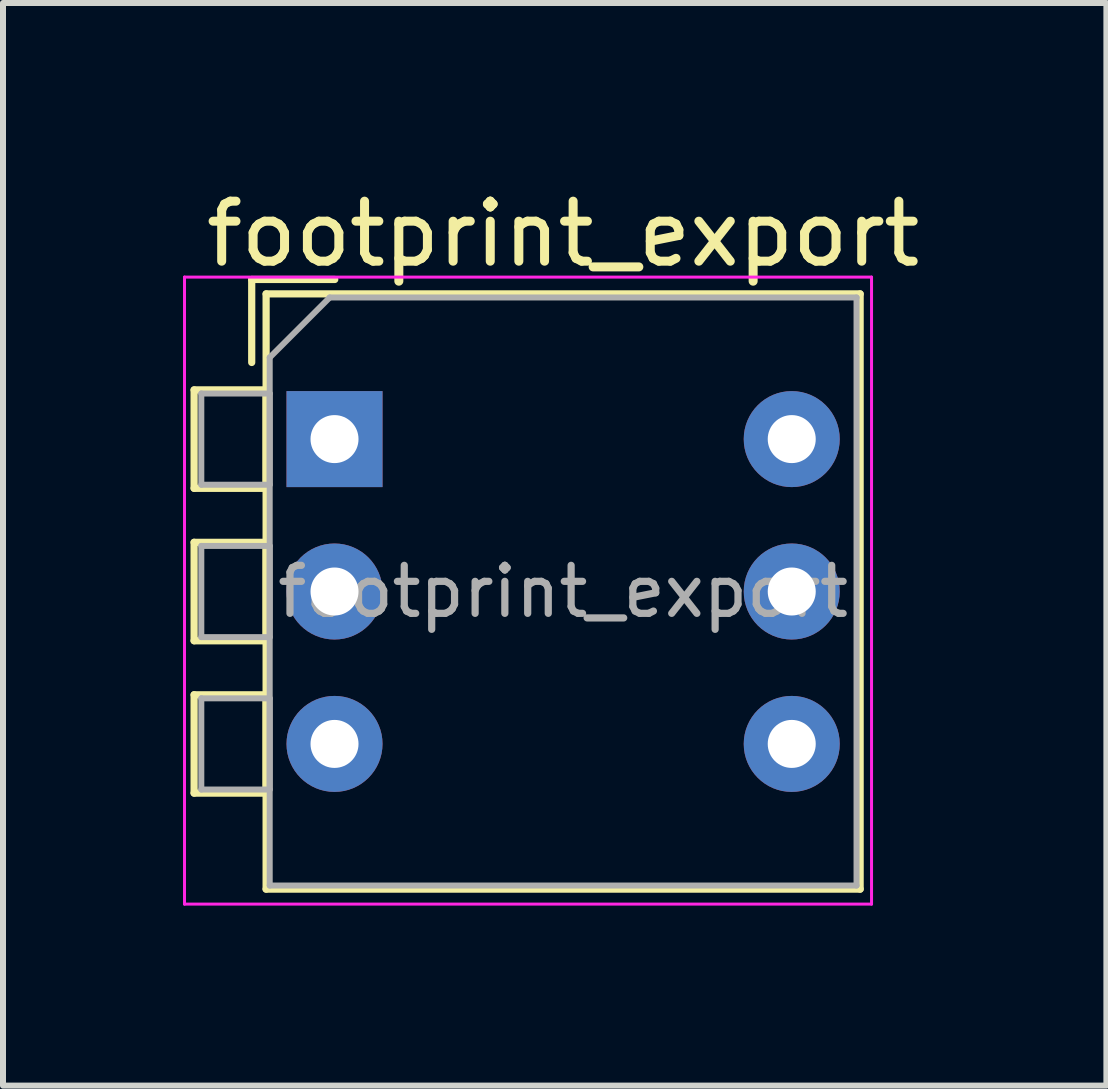
<source format=kicad_pcb>
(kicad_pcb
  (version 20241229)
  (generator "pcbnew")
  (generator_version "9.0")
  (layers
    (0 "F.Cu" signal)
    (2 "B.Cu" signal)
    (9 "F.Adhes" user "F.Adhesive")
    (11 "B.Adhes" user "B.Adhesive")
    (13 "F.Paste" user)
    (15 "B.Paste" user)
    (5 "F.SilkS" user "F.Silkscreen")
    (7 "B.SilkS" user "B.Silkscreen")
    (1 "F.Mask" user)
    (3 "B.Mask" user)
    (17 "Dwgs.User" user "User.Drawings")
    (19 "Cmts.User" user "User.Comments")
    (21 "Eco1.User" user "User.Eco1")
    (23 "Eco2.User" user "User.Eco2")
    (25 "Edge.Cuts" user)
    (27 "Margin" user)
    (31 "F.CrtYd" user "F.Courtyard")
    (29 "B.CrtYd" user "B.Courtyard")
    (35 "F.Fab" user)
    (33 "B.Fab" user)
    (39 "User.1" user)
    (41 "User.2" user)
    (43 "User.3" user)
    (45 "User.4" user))
  (footprint "footprint_export"
    (layer "F.Cu")
    (at 2.525 4.268)
    (property "Reference" "footprint_export" (at 3.81 -3.42 0) (layer "F.SilkS") (effects (font (size 1 1) (thickness 0.15))))
    (attr through_hole)
    (fp_line (start -2.34 -0.82) (end -2.34 0.82) (stroke (width 0.12) (type solid)) (layer "F.SilkS"))
    (fp_line (start -2.34 -0.82) (end -1.14 -0.82) (stroke (width 0.12) (type solid)) (layer "F.SilkS"))
    (fp_line (start -2.34 0.82) (end -1.14 0.82) (stroke (width 0.12) (type solid)) (layer "F.SilkS"))
    (fp_line (start -2.34 1.72) (end -2.34 3.361) (stroke (width 0.12) (type solid)) (layer "F.SilkS"))
    (fp_line (start -2.34 1.72) (end -1.14 1.72) (stroke (width 0.12) (type solid)) (layer "F.SilkS"))
    (fp_line (start -2.34 3.361) (end -1.14 3.361) (stroke (width 0.12) (type solid)) (layer "F.SilkS"))
    (fp_line (start -2.34 4.261) (end -2.34 5.9) (stroke (width 0.12) (type solid)) (layer "F.SilkS"))
    (fp_line (start -2.34 4.261) (end -1.14 4.261) (stroke (width 0.12) (type solid)) (layer "F.SilkS"))
    (fp_line (start -2.34 5.9) (end -1.14 5.9) (stroke (width 0.12) (type solid)) (layer "F.SilkS"))
    (fp_line (start -1.38 -2.66) (end -1.38 -1.277) (stroke (width 0.12) (type solid)) (layer "F.SilkS"))
    (fp_line (start -1.38 -2.66) (end 0.004 -2.66) (stroke (width 0.12) (type solid)) (layer "F.SilkS"))
    (fp_line (start -1.14 -2.42) (end -1.14 7.5) (stroke (width 0.12) (type solid)) (layer "F.SilkS"))
    (fp_line (start -1.14 -2.42) (end 8.76 -2.42) (stroke (width 0.12) (type solid)) (layer "F.SilkS"))
    (fp_line (start -1.14 -0.82) (end -1.14 0.82) (stroke (width 0.12) (type solid)) (layer "F.SilkS"))
    (fp_line (start -1.14 1.72) (end -1.14 3.361) (stroke (width 0.12) (type solid)) (layer "F.SilkS"))
    (fp_line (start -1.14 4.261) (end -1.14 5.9) (stroke (width 0.12) (type solid)) (layer "F.SilkS"))
    (fp_line (start -1.14 7.5) (end 8.76 7.5) (stroke (width 0.12) (type solid)) (layer "F.SilkS"))
    (fp_line (start 8.76 -2.42) (end 8.76 7.5) (stroke (width 0.12) (type solid)) (layer "F.SilkS"))
    (fp_line (start -2.5 -2.7) (end -2.5 7.75) (stroke (width 0.05) (type solid)) (layer "F.CrtYd"))
    (fp_line (start -2.5 7.75) (end 8.95 7.75) (stroke (width 0.05) (type solid)) (layer "F.CrtYd"))
    (fp_line (start 8.95 -2.7) (end -2.5 -2.7) (stroke (width 0.05) (type solid)) (layer "F.CrtYd"))
    (fp_line (start 8.95 7.75) (end 8.95 -2.7) (stroke (width 0.05) (type solid)) (layer "F.CrtYd"))
    (fp_line (start -2.22 -0.76) (end -1.08 -0.76) (stroke (width 0.1) (type solid)) (layer "F.Fab"))
    (fp_line (start -2.22 0.76) (end -2.22 -0.76) (stroke (width 0.1) (type solid)) (layer "F.Fab"))
    (fp_line (start -2.22 1.78) (end -1.08 1.78) (stroke (width 0.1) (type solid)) (layer "F.Fab"))
    (fp_line (start -2.22 3.3) (end -2.22 1.78) (stroke (width 0.1) (type solid)) (layer "F.Fab"))
    (fp_line (start -2.22 4.32) (end -1.08 4.32) (stroke (width 0.1) (type solid)) (layer "F.Fab"))
    (fp_line (start -2.22 5.84) (end -2.22 4.32) (stroke (width 0.1) (type solid)) (layer "F.Fab"))
    (fp_line (start -1.08 -1.36) (end -0.08 -2.36) (stroke (width 0.1) (type solid)) (layer "F.Fab"))
    (fp_line (start -1.08 -0.76) (end -1.08 0.76) (stroke (width 0.1) (type solid)) (layer "F.Fab"))
    (fp_line (start -1.08 0.76) (end -2.22 0.76) (stroke (width 0.1) (type solid)) (layer "F.Fab"))
    (fp_line (start -1.08 1.78) (end -1.08 3.3) (stroke (width 0.1) (type solid)) (layer "F.Fab"))
    (fp_line (start -1.08 3.3) (end -2.22 3.3) (stroke (width 0.1) (type solid)) (layer "F.Fab"))
    (fp_line (start -1.08 4.32) (end -1.08 5.84) (stroke (width 0.1) (type solid)) (layer "F.Fab"))
    (fp_line (start -1.08 5.84) (end -2.22 5.84) (stroke (width 0.1) (type solid)) (layer "F.Fab"))
    (fp_line (start -1.08 7.44) (end -1.08 -1.36) (stroke (width 0.1) (type solid)) (layer "F.Fab"))
    (fp_line (start -0.08 -2.36) (end 8.7 -2.36) (stroke (width 0.1) (type solid)) (layer "F.Fab"))
    (fp_line (start 8.7 -2.36) (end 8.7 7.44) (stroke (width 0.1) (type solid)) (layer "F.Fab"))
    (fp_line (start 8.7 7.44) (end -1.08 7.44) (stroke (width 0.1) (type solid)) (layer "F.Fab"))
    (fp_text user "${REFERENCE}" (at 3.81 2.54 0) (layer "F.Fab") (effects (font (size 0.8 0.8) (thickness 0.12))))
    (pad "1" thru_hole rect (at 0 0) (size 1.6 1.6) (drill 0.8) (layers "*.Cu" "*.Mask"))
    (pad "2" thru_hole oval (at 0 2.54) (size 1.6 1.6) (drill 0.8) (layers "*.Cu" "*.Mask"))
    (pad "3" thru_hole oval (at 0 5.08) (size 1.6 1.6) (drill 0.8) (layers "*.Cu" "*.Mask"))
    (pad "4" thru_hole oval (at 7.62 5.08) (size 1.6 1.6) (drill 0.8) (layers "*.Cu" "*.Mask"))
    (pad "5" thru_hole oval (at 7.62 2.54) (size 1.6 1.6) (drill 0.8) (layers "*.Cu" "*.Mask"))
    (pad "6" thru_hole oval (at 7.62 0) (size 1.6 1.6) (drill 0.8) (layers "*.Cu" "*.Mask")))
  (gr_rect
    (start -3 -3)
    (end 15.389 15.043)
    (stroke (width 0.1) (type default))
    (fill no)
    (layer "Edge.Cuts")))
</source>
